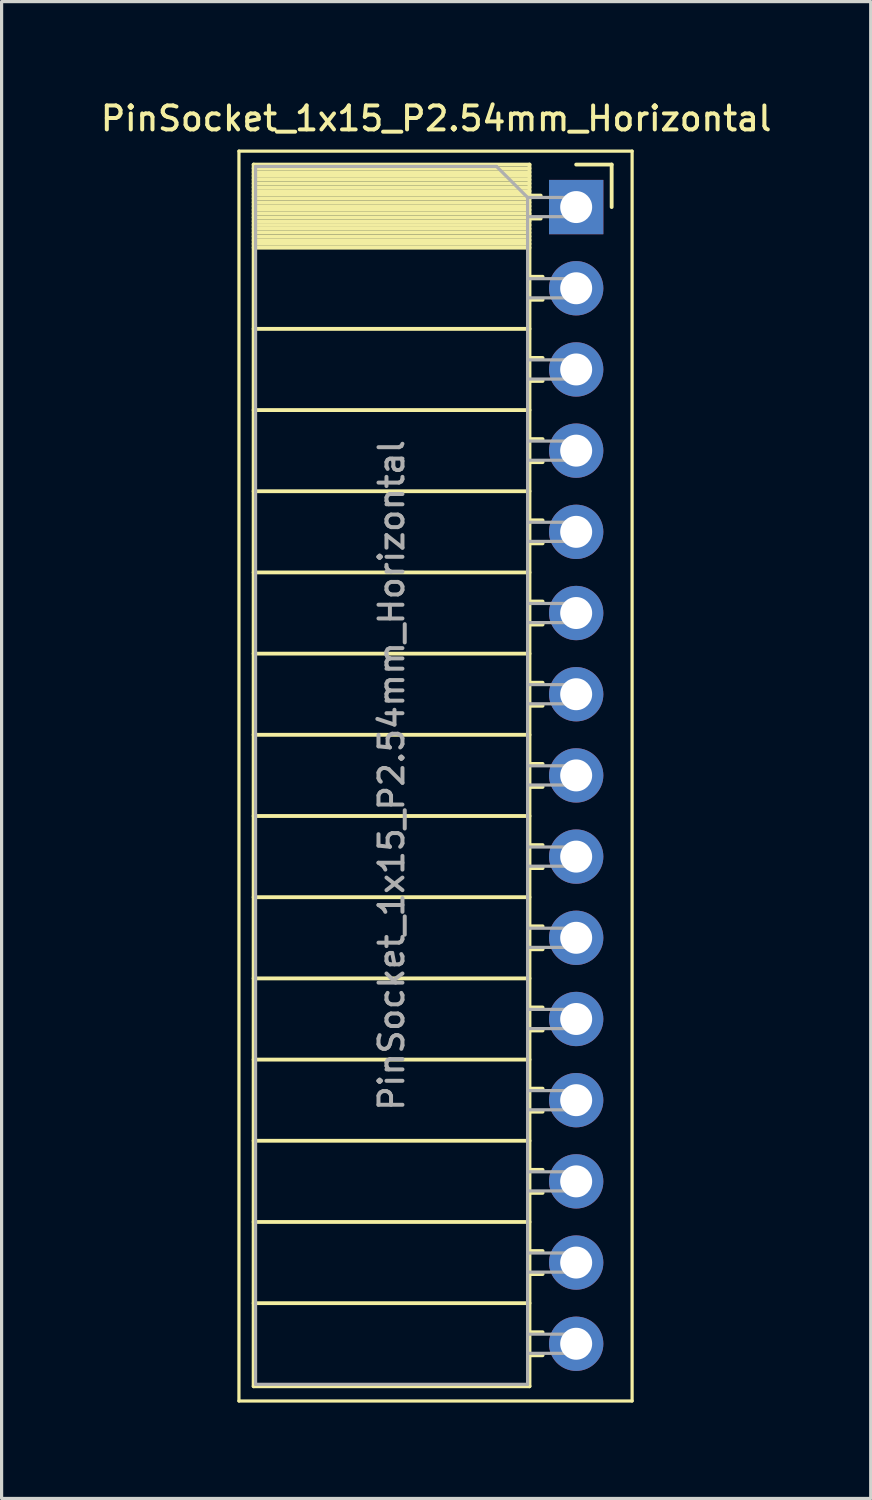
<source format=kicad_pcb>
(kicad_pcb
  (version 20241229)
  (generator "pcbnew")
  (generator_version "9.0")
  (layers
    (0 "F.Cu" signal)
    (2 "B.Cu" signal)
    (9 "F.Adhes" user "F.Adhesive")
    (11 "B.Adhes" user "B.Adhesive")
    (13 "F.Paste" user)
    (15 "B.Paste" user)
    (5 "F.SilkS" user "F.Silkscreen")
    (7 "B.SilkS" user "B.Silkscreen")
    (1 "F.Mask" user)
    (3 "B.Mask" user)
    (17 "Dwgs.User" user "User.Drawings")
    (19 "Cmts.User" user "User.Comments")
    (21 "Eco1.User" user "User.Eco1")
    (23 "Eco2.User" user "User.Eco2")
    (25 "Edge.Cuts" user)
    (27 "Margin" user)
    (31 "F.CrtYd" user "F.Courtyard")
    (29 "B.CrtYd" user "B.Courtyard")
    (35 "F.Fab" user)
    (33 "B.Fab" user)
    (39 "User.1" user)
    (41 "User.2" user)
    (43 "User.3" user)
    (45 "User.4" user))
  (footprint "PinSocket_1x15_P2.54mm_Horizontal"
    (layer "F.Cu")
    (at 14.975 3.428)
    (property "Reference" "PinSocket_1x15_P2.54mm_Horizontal" (at -4.38 -2.77 0) (layer "F.SilkS") (effects (font (size 0.75 0.75) (thickness 0.125))))
    (attr through_hole)
    (fp_line (start -10.55 -1.75) (end -10.55 37.35) (stroke (width 0.1) (type solid)) (layer "F.SilkS"))
    (fp_line (start -10.55 37.35) (end 1.75 37.35) (stroke (width 0.1) (type solid)) (layer "F.SilkS"))
    (fp_line (start -10.09 -1.33) (end -10.09 36.89) (stroke (width 0.12) (type solid)) (layer "F.SilkS"))
    (fp_line (start -10.09 -1.33) (end -1.46 -1.33) (stroke (width 0.12) (type solid)) (layer "F.SilkS"))
    (fp_line (start -10.09 -1.21) (end -1.46 -1.21) (stroke (width 0.12) (type solid)) (layer "F.SilkS"))
    (fp_line (start -10.09 -1.092) (end -1.46 -1.092) (stroke (width 0.12) (type solid)) (layer "F.SilkS"))
    (fp_line (start -10.09 -0.974) (end -1.46 -0.974) (stroke (width 0.12) (type solid)) (layer "F.SilkS"))
    (fp_line (start -10.09 -0.856) (end -1.46 -0.856) (stroke (width 0.12) (type solid)) (layer "F.SilkS"))
    (fp_line (start -10.09 -0.738) (end -1.46 -0.738) (stroke (width 0.12) (type solid)) (layer "F.SilkS"))
    (fp_line (start -10.09 -0.62) (end -1.46 -0.62) (stroke (width 0.12) (type solid)) (layer "F.SilkS"))
    (fp_line (start -10.09 -0.501) (end -1.46 -0.501) (stroke (width 0.12) (type solid)) (layer "F.SilkS"))
    (fp_line (start -10.09 -0.383) (end -1.46 -0.383) (stroke (width 0.12) (type solid)) (layer "F.SilkS"))
    (fp_line (start -10.09 -0.265) (end -1.46 -0.265) (stroke (width 0.12) (type solid)) (layer "F.SilkS"))
    (fp_line (start -10.09 -0.147) (end -1.46 -0.147) (stroke (width 0.12) (type solid)) (layer "F.SilkS"))
    (fp_line (start -10.09 -0.029) (end -1.46 -0.029) (stroke (width 0.12) (type solid)) (layer "F.SilkS"))
    (fp_line (start -10.09 0.089) (end -1.46 0.089) (stroke (width 0.12) (type solid)) (layer "F.SilkS"))
    (fp_line (start -10.09 0.207) (end -1.46 0.207) (stroke (width 0.12) (type solid)) (layer "F.SilkS"))
    (fp_line (start -10.09 0.325) (end -1.46 0.325) (stroke (width 0.12) (type solid)) (layer "F.SilkS"))
    (fp_line (start -10.09 0.443) (end -1.46 0.443) (stroke (width 0.12) (type solid)) (layer "F.SilkS"))
    (fp_line (start -10.09 0.561) (end -1.46 0.561) (stroke (width 0.12) (type solid)) (layer "F.SilkS"))
    (fp_line (start -10.09 0.68) (end -1.46 0.68) (stroke (width 0.12) (type solid)) (layer "F.SilkS"))
    (fp_line (start -10.09 0.798) (end -1.46 0.798) (stroke (width 0.12) (type solid)) (layer "F.SilkS"))
    (fp_line (start -10.09 0.916) (end -1.46 0.916) (stroke (width 0.12) (type solid)) (layer "F.SilkS"))
    (fp_line (start -10.09 1.034) (end -1.46 1.034) (stroke (width 0.12) (type solid)) (layer "F.SilkS"))
    (fp_line (start -10.09 1.152) (end -1.46 1.152) (stroke (width 0.12) (type solid)) (layer "F.SilkS"))
    (fp_line (start -10.09 1.27) (end -1.46 1.27) (stroke (width 0.12) (type solid)) (layer "F.SilkS"))
    (fp_line (start -10.09 3.81) (end -1.46 3.81) (stroke (width 0.12) (type solid)) (layer "F.SilkS"))
    (fp_line (start -10.09 6.35) (end -1.46 6.35) (stroke (width 0.12) (type solid)) (layer "F.SilkS"))
    (fp_line (start -10.09 8.89) (end -1.46 8.89) (stroke (width 0.12) (type solid)) (layer "F.SilkS"))
    (fp_line (start -10.09 11.43) (end -1.46 11.43) (stroke (width 0.12) (type solid)) (layer "F.SilkS"))
    (fp_line (start -10.09 13.97) (end -1.46 13.97) (stroke (width 0.12) (type solid)) (layer "F.SilkS"))
    (fp_line (start -10.09 16.51) (end -1.46 16.51) (stroke (width 0.12) (type solid)) (layer "F.SilkS"))
    (fp_line (start -10.09 19.05) (end -1.46 19.05) (stroke (width 0.12) (type solid)) (layer "F.SilkS"))
    (fp_line (start -10.09 21.59) (end -1.46 21.59) (stroke (width 0.12) (type solid)) (layer "F.SilkS"))
    (fp_line (start -10.09 24.13) (end -1.46 24.13) (stroke (width 0.12) (type solid)) (layer "F.SilkS"))
    (fp_line (start -10.09 26.67) (end -1.46 26.67) (stroke (width 0.12) (type solid)) (layer "F.SilkS"))
    (fp_line (start -10.09 29.21) (end -1.46 29.21) (stroke (width 0.12) (type solid)) (layer "F.SilkS"))
    (fp_line (start -10.09 31.75) (end -1.46 31.75) (stroke (width 0.12) (type solid)) (layer "F.SilkS"))
    (fp_line (start -10.09 34.29) (end -1.46 34.29) (stroke (width 0.12) (type solid)) (layer "F.SilkS"))
    (fp_line (start -10.09 36.89) (end -1.46 36.89) (stroke (width 0.12) (type solid)) (layer "F.SilkS"))
    (fp_line (start -1.46 -1.33) (end -1.46 36.89) (stroke (width 0.12) (type solid)) (layer "F.SilkS"))
    (fp_line (start -1.46 -0.36) (end -1.11 -0.36) (stroke (width 0.12) (type solid)) (layer "F.SilkS"))
    (fp_line (start -1.46 0.36) (end -1.11 0.36) (stroke (width 0.12) (type solid)) (layer "F.SilkS"))
    (fp_line (start -1.46 2.18) (end -1.05 2.18) (stroke (width 0.12) (type solid)) (layer "F.SilkS"))
    (fp_line (start -1.46 2.9) (end -1.05 2.9) (stroke (width 0.12) (type solid)) (layer "F.SilkS"))
    (fp_line (start -1.46 4.72) (end -1.05 4.72) (stroke (width 0.12) (type solid)) (layer "F.SilkS"))
    (fp_line (start -1.46 5.44) (end -1.05 5.44) (stroke (width 0.12) (type solid)) (layer "F.SilkS"))
    (fp_line (start -1.46 7.26) (end -1.05 7.26) (stroke (width 0.12) (type solid)) (layer "F.SilkS"))
    (fp_line (start -1.46 7.98) (end -1.05 7.98) (stroke (width 0.12) (type solid)) (layer "F.SilkS"))
    (fp_line (start -1.46 9.8) (end -1.05 9.8) (stroke (width 0.12) (type solid)) (layer "F.SilkS"))
    (fp_line (start -1.46 10.52) (end -1.05 10.52) (stroke (width 0.12) (type solid)) (layer "F.SilkS"))
    (fp_line (start -1.46 12.34) (end -1.05 12.34) (stroke (width 0.12) (type solid)) (layer "F.SilkS"))
    (fp_line (start -1.46 13.06) (end -1.05 13.06) (stroke (width 0.12) (type solid)) (layer "F.SilkS"))
    (fp_line (start -1.46 14.88) (end -1.05 14.88) (stroke (width 0.12) (type solid)) (layer "F.SilkS"))
    (fp_line (start -1.46 15.6) (end -1.05 15.6) (stroke (width 0.12) (type solid)) (layer "F.SilkS"))
    (fp_line (start -1.46 17.42) (end -1.05 17.42) (stroke (width 0.12) (type solid)) (layer "F.SilkS"))
    (fp_line (start -1.46 18.14) (end -1.05 18.14) (stroke (width 0.12) (type solid)) (layer "F.SilkS"))
    (fp_line (start -1.46 19.96) (end -1.05 19.96) (stroke (width 0.12) (type solid)) (layer "F.SilkS"))
    (fp_line (start -1.46 20.68) (end -1.05 20.68) (stroke (width 0.12) (type solid)) (layer "F.SilkS"))
    (fp_line (start -1.46 22.5) (end -1.05 22.5) (stroke (width 0.12) (type solid)) (layer "F.SilkS"))
    (fp_line (start -1.46 23.22) (end -1.05 23.22) (stroke (width 0.12) (type solid)) (layer "F.SilkS"))
    (fp_line (start -1.46 25.04) (end -1.05 25.04) (stroke (width 0.12) (type solid)) (layer "F.SilkS"))
    (fp_line (start -1.46 25.76) (end -1.05 25.76) (stroke (width 0.12) (type solid)) (layer "F.SilkS"))
    (fp_line (start -1.46 27.58) (end -1.05 27.58) (stroke (width 0.12) (type solid)) (layer "F.SilkS"))
    (fp_line (start -1.46 28.3) (end -1.05 28.3) (stroke (width 0.12) (type solid)) (layer "F.SilkS"))
    (fp_line (start -1.46 30.12) (end -1.05 30.12) (stroke (width 0.12) (type solid)) (layer "F.SilkS"))
    (fp_line (start -1.46 30.84) (end -1.05 30.84) (stroke (width 0.12) (type solid)) (layer "F.SilkS"))
    (fp_line (start -1.46 32.66) (end -1.05 32.66) (stroke (width 0.12) (type solid)) (layer "F.SilkS"))
    (fp_line (start -1.46 33.38) (end -1.05 33.38) (stroke (width 0.12) (type solid)) (layer "F.SilkS"))
    (fp_line (start -1.46 35.2) (end -1.05 35.2) (stroke (width 0.12) (type solid)) (layer "F.SilkS"))
    (fp_line (start -1.46 35.92) (end -1.05 35.92) (stroke (width 0.12) (type solid)) (layer "F.SilkS"))
    (fp_line (start 0 -1.33) (end 1.11 -1.33) (stroke (width 0.12) (type solid)) (layer "F.SilkS"))
    (fp_line (start 1.11 -1.33) (end 1.11 0) (stroke (width 0.12) (type solid)) (layer "F.SilkS"))
    (fp_line (start 1.75 -1.75) (end -10.55 -1.75) (stroke (width 0.1) (type solid)) (layer "F.SilkS"))
    (fp_line (start 1.75 37.35) (end 1.75 -1.75) (stroke (width 0.1) (type solid)) (layer "F.SilkS"))
    (fp_line (start -10.03 -1.27) (end -2.49 -1.27) (stroke (width 0.1) (type solid)) (layer "F.Fab"))
    (fp_line (start -10.03 36.83) (end -10.03 -1.27) (stroke (width 0.1) (type solid)) (layer "F.Fab"))
    (fp_line (start -2.49 -1.27) (end -1.52 -0.3) (stroke (width 0.1) (type solid)) (layer "F.Fab"))
    (fp_line (start -1.52 -0.3) (end -1.52 36.83) (stroke (width 0.1) (type solid)) (layer "F.Fab"))
    (fp_line (start -1.52 0.3) (end 0 0.3) (stroke (width 0.1) (type solid)) (layer "F.Fab"))
    (fp_line (start -1.52 2.84) (end 0 2.84) (stroke (width 0.1) (type solid)) (layer "F.Fab"))
    (fp_line (start -1.52 5.38) (end 0 5.38) (stroke (width 0.1) (type solid)) (layer "F.Fab"))
    (fp_line (start -1.52 7.92) (end 0 7.92) (stroke (width 0.1) (type solid)) (layer "F.Fab"))
    (fp_line (start -1.52 10.46) (end 0 10.46) (stroke (width 0.1) (type solid)) (layer "F.Fab"))
    (fp_line (start -1.52 13) (end 0 13) (stroke (width 0.1) (type solid)) (layer "F.Fab"))
    (fp_line (start -1.52 15.54) (end 0 15.54) (stroke (width 0.1) (type solid)) (layer "F.Fab"))
    (fp_line (start -1.52 18.08) (end 0 18.08) (stroke (width 0.1) (type solid)) (layer "F.Fab"))
    (fp_line (start -1.52 20.62) (end 0 20.62) (stroke (width 0.1) (type solid)) (layer "F.Fab"))
    (fp_line (start -1.52 23.16) (end 0 23.16) (stroke (width 0.1) (type solid)) (layer "F.Fab"))
    (fp_line (start -1.52 25.7) (end 0 25.7) (stroke (width 0.1) (type solid)) (layer "F.Fab"))
    (fp_line (start -1.52 28.24) (end 0 28.24) (stroke (width 0.1) (type solid)) (layer "F.Fab"))
    (fp_line (start -1.52 30.78) (end 0 30.78) (stroke (width 0.1) (type solid)) (layer "F.Fab"))
    (fp_line (start -1.52 33.32) (end 0 33.32) (stroke (width 0.1) (type solid)) (layer "F.Fab"))
    (fp_line (start -1.52 35.86) (end 0 35.86) (stroke (width 0.1) (type solid)) (layer "F.Fab"))
    (fp_line (start -1.52 36.83) (end -10.03 36.83) (stroke (width 0.1) (type solid)) (layer "F.Fab"))
    (fp_line (start 0 -0.3) (end -1.52 -0.3) (stroke (width 0.1) (type solid)) (layer "F.Fab"))
    (fp_line (start 0 0.3) (end 0 -0.3) (stroke (width 0.1) (type solid)) (layer "F.Fab"))
    (fp_line (start 0 2.24) (end -1.52 2.24) (stroke (width 0.1) (type solid)) (layer "F.Fab"))
    (fp_line (start 0 2.84) (end 0 2.24) (stroke (width 0.1) (type solid)) (layer "F.Fab"))
    (fp_line (start 0 4.78) (end -1.52 4.78) (stroke (width 0.1) (type solid)) (layer "F.Fab"))
    (fp_line (start 0 5.38) (end 0 4.78) (stroke (width 0.1) (type solid)) (layer "F.Fab"))
    (fp_line (start 0 7.32) (end -1.52 7.32) (stroke (width 0.1) (type solid)) (layer "F.Fab"))
    (fp_line (start 0 7.92) (end 0 7.32) (stroke (width 0.1) (type solid)) (layer "F.Fab"))
    (fp_line (start 0 9.86) (end -1.52 9.86) (stroke (width 0.1) (type solid)) (layer "F.Fab"))
    (fp_line (start 0 10.46) (end 0 9.86) (stroke (width 0.1) (type solid)) (layer "F.Fab"))
    (fp_line (start 0 12.4) (end -1.52 12.4) (stroke (width 0.1) (type solid)) (layer "F.Fab"))
    (fp_line (start 0 13) (end 0 12.4) (stroke (width 0.1) (type solid)) (layer "F.Fab"))
    (fp_line (start 0 14.94) (end -1.52 14.94) (stroke (width 0.1) (type solid)) (layer "F.Fab"))
    (fp_line (start 0 15.54) (end 0 14.94) (stroke (width 0.1) (type solid)) (layer "F.Fab"))
    (fp_line (start 0 17.48) (end -1.52 17.48) (stroke (width 0.1) (type solid)) (layer "F.Fab"))
    (fp_line (start 0 18.08) (end 0 17.48) (stroke (width 0.1) (type solid)) (layer "F.Fab"))
    (fp_line (start 0 20.02) (end -1.52 20.02) (stroke (width 0.1) (type solid)) (layer "F.Fab"))
    (fp_line (start 0 20.62) (end 0 20.02) (stroke (width 0.1) (type solid)) (layer "F.Fab"))
    (fp_line (start 0 22.56) (end -1.52 22.56) (stroke (width 0.1) (type solid)) (layer "F.Fab"))
    (fp_line (start 0 23.16) (end 0 22.56) (stroke (width 0.1) (type solid)) (layer "F.Fab"))
    (fp_line (start 0 25.1) (end -1.52 25.1) (stroke (width 0.1) (type solid)) (layer "F.Fab"))
    (fp_line (start 0 25.7) (end 0 25.1) (stroke (width 0.1) (type solid)) (layer "F.Fab"))
    (fp_line (start 0 27.64) (end -1.52 27.64) (stroke (width 0.1) (type solid)) (layer "F.Fab"))
    (fp_line (start 0 28.24) (end 0 27.64) (stroke (width 0.1) (type solid)) (layer "F.Fab"))
    (fp_line (start 0 30.18) (end -1.52 30.18) (stroke (width 0.1) (type solid)) (layer "F.Fab"))
    (fp_line (start 0 30.78) (end 0 30.18) (stroke (width 0.1) (type solid)) (layer "F.Fab"))
    (fp_line (start 0 32.72) (end -1.52 32.72) (stroke (width 0.1) (type solid)) (layer "F.Fab"))
    (fp_line (start 0 33.32) (end 0 32.72) (stroke (width 0.1) (type solid)) (layer "F.Fab"))
    (fp_line (start 0 35.26) (end -1.52 35.26) (stroke (width 0.1) (type solid)) (layer "F.Fab"))
    (fp_line (start 0 35.86) (end 0 35.26) (stroke (width 0.1) (type solid)) (layer "F.Fab"))
    (fp_text user "${REFERENCE}" (at -5.775 17.78 90) (layer "F.Fab") (effects (font (size 0.75 0.75) (thickness 0.125))))
    (pad "1" thru_hole rect (at 0 0) (size 1.7 1.7) (drill 1) (layers "*.Cu" "*.Mask"))
    (pad "2" thru_hole oval (at 0 2.54) (size 1.7 1.7) (drill 1) (layers "*.Cu" "*.Mask"))
    (pad "3" thru_hole oval (at 0 5.08) (size 1.7 1.7) (drill 1) (layers "*.Cu" "*.Mask"))
    (pad "4" thru_hole oval (at 0 7.62) (size 1.7 1.7) (drill 1) (layers "*.Cu" "*.Mask"))
    (pad "5" thru_hole oval (at 0 10.16) (size 1.7 1.7) (drill 1) (layers "*.Cu" "*.Mask"))
    (pad "6" thru_hole oval (at 0 12.7) (size 1.7 1.7) (drill 1) (layers "*.Cu" "*.Mask"))
    (pad "7" thru_hole oval (at 0 15.24) (size 1.7 1.7) (drill 1) (layers "*.Cu" "*.Mask"))
    (pad "8" thru_hole oval (at 0 17.78) (size 1.7 1.7) (drill 1) (layers "*.Cu" "*.Mask"))
    (pad "9" thru_hole oval (at 0 20.32) (size 1.7 1.7) (drill 1) (layers "*.Cu" "*.Mask"))
    (pad "10" thru_hole oval (at 0 22.86) (size 1.7 1.7) (drill 1) (layers "*.Cu" "*.Mask"))
    (pad "11" thru_hole oval (at 0 25.4) (size 1.7 1.7) (drill 1) (layers "*.Cu" "*.Mask"))
    (pad "12" thru_hole oval (at 0 27.94) (size 1.7 1.7) (drill 1) (layers "*.Cu" "*.Mask"))
    (pad "13" thru_hole oval (at 0 30.48) (size 1.7 1.7) (drill 1) (layers "*.Cu" "*.Mask"))
    (pad "14" thru_hole oval (at 0 33.02) (size 1.7 1.7) (drill 1) (layers "*.Cu" "*.Mask"))
    (pad "15" thru_hole oval (at 0 35.56) (size 1.7 1.7) (drill 1) (layers "*.Cu" "*.Mask")))
  (gr_rect
    (start -3 -3)
    (end 24.189 43.828)
    (stroke (width 0.1) (type default))
    (fill no)
    (layer "Edge.Cuts")))
</source>
